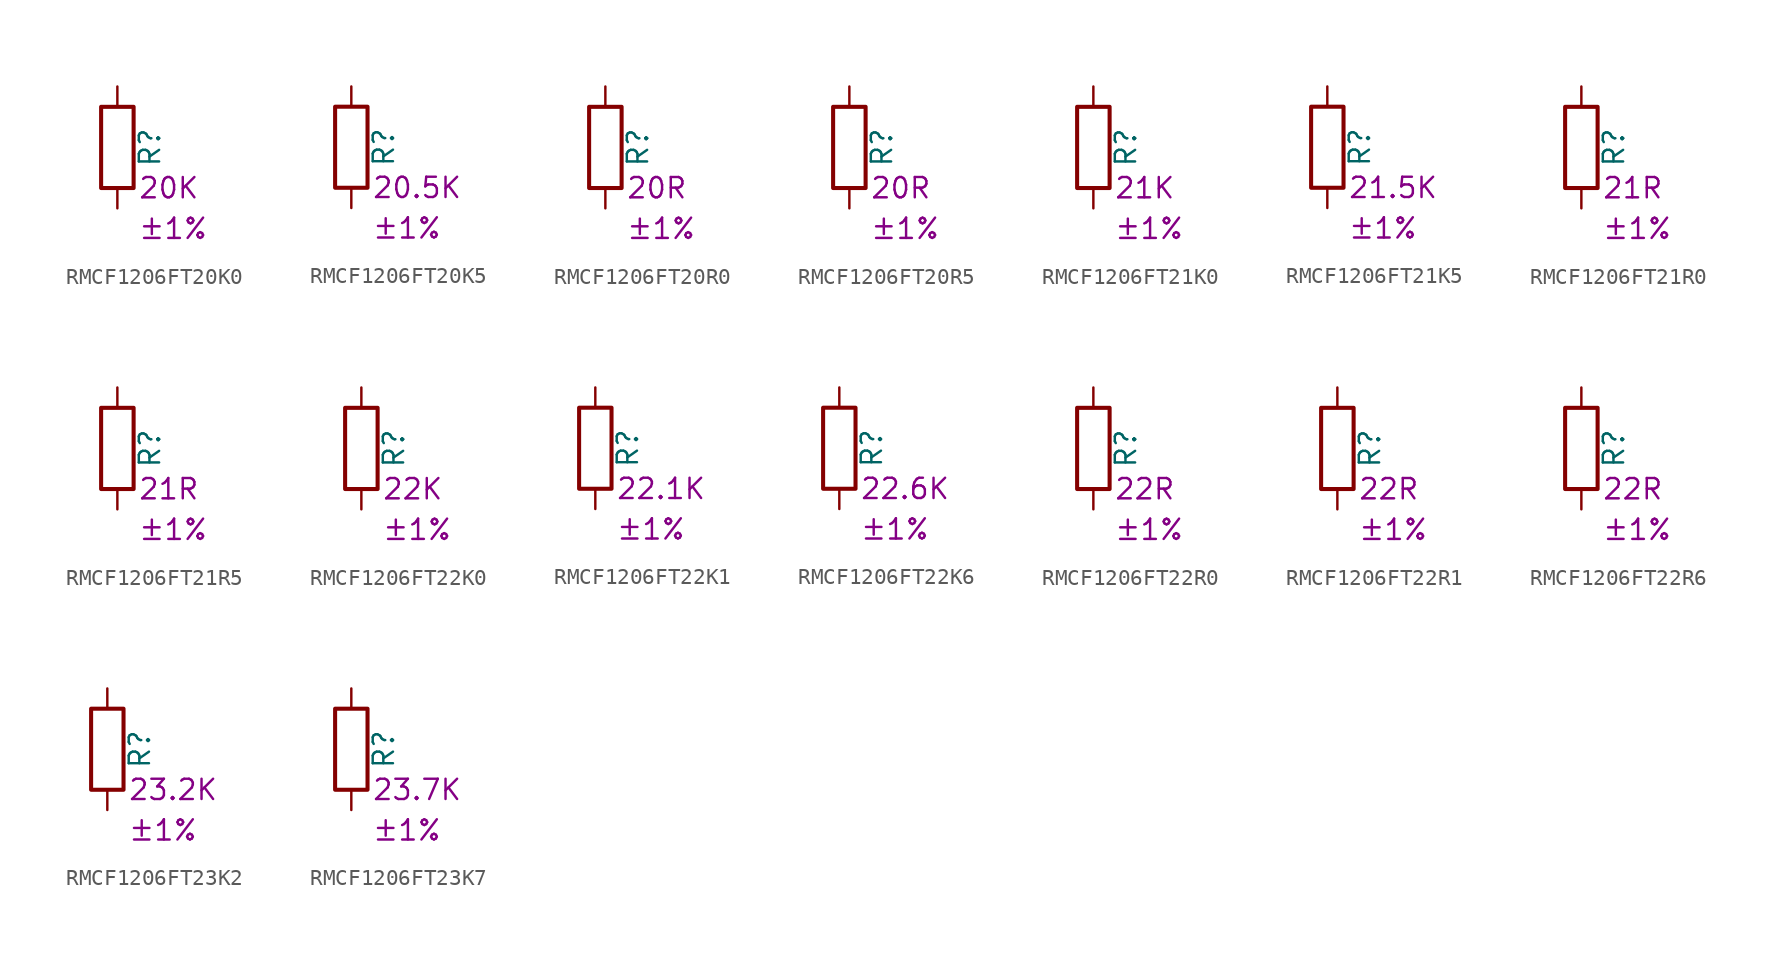
<source format=kicad_sym>
(kicad_symbol_lib
  (version 20220914)
  (generator kicad_symbol_editor)
  (symbol "RMCF1206FT20K0"
    (pin_numbers hide)
    (pin_names
      (offset 0))
    (property "Reference" "R"
      (at 2.032 0 90)
      (effects (font (size 1.27 1.27))))
    (property "Resistance" "20K"
      (at 1.27 -2.54 0)
      (effects (font (size 1.27 1.27)) (justify left)))
    (property "Tolerance" "±1%"
      (at 1.27 -5.08 0)
      (effects (font (size 1.27 1.27)) (justify left)))
    (symbol "RMCF1206FT20K0_0_1"
      (rectangle (start -1.016 -2.54) (end 1.016 2.54) (stroke (width 0.254) (type default)) (fill (type none))))
    (symbol "RMCF1206FT20K0_1_1"
      (pin passive line (at 0 3.81 270) (length 1.27) (name "~" (effects (font (size 1.27 1.27)))) (number "1" (effects (font (size 1.27 1.27)))))
      (pin passive line (at 0 -3.81 90) (length 1.27) (name "~" (effects (font (size 1.27 1.27)))) (number "2" (effects (font (size 1.27 1.27)))))))
  (symbol "RMCF1206FT20K5"
    (pin_numbers hide)
    (pin_names
      (offset 0))
    (property "Reference" "R"
      (at 2.032 0 90)
      (effects (font (size 1.27 1.27))))
    (property "Resistance" "20.5K"
      (at 1.27 -2.54 0)
      (effects (font (size 1.27 1.27)) (justify left)))
    (property "Tolerance" "±1%"
      (at 1.27 -5.08 0)
      (effects (font (size 1.27 1.27)) (justify left)))
    (symbol "RMCF1206FT20K5_0_1"
      (rectangle (start -1.016 -2.54) (end 1.016 2.54) (stroke (width 0.254) (type default)) (fill (type none))))
    (symbol "RMCF1206FT20K5_1_1"
      (pin passive line (at 0 3.81 270) (length 1.27) (name "~" (effects (font (size 1.27 1.27)))) (number "1" (effects (font (size 1.27 1.27)))))
      (pin passive line (at 0 -3.81 90) (length 1.27) (name "~" (effects (font (size 1.27 1.27)))) (number "2" (effects (font (size 1.27 1.27)))))))
  (symbol "RMCF1206FT20R0"
    (pin_numbers hide)
    (pin_names
      (offset 0))
    (property "Reference" "R"
      (at 2.032 0 90)
      (effects (font (size 1.27 1.27))))
    (property "Resistance" "20R"
      (at 1.27 -2.54 0)
      (effects (font (size 1.27 1.27)) (justify left)))
    (property "Tolerance" "±1%"
      (at 1.27 -5.08 0)
      (effects (font (size 1.27 1.27)) (justify left)))
    (symbol "RMCF1206FT20R0_0_1"
      (rectangle (start -1.016 -2.54) (end 1.016 2.54) (stroke (width 0.254) (type default)) (fill (type none))))
    (symbol "RMCF1206FT20R0_1_1"
      (pin passive line (at 0 3.81 270) (length 1.27) (name "~" (effects (font (size 1.27 1.27)))) (number "1" (effects (font (size 1.27 1.27)))))
      (pin passive line (at 0 -3.81 90) (length 1.27) (name "~" (effects (font (size 1.27 1.27)))) (number "2" (effects (font (size 1.27 1.27)))))))
  (symbol "RMCF1206FT20R5"
    (pin_numbers hide)
    (pin_names
      (offset 0))
    (property "Reference" "R"
      (at 2.032 0 90)
      (effects (font (size 1.27 1.27))))
    (property "Resistance" "20R"
      (at 1.27 -2.54 0)
      (effects (font (size 1.27 1.27)) (justify left)))
    (property "Tolerance" "±1%"
      (at 1.27 -5.08 0)
      (effects (font (size 1.27 1.27)) (justify left)))
    (symbol "RMCF1206FT20R5_0_1"
      (rectangle (start -1.016 -2.54) (end 1.016 2.54) (stroke (width 0.254) (type default)) (fill (type none))))
    (symbol "RMCF1206FT20R5_1_1"
      (pin passive line (at 0 3.81 270) (length 1.27) (name "~" (effects (font (size 1.27 1.27)))) (number "1" (effects (font (size 1.27 1.27)))))
      (pin passive line (at 0 -3.81 90) (length 1.27) (name "~" (effects (font (size 1.27 1.27)))) (number "2" (effects (font (size 1.27 1.27)))))))
  (symbol "RMCF1206FT21K0"
    (pin_numbers hide)
    (pin_names
      (offset 0))
    (property "Reference" "R"
      (at 2.032 0 90)
      (effects (font (size 1.27 1.27))))
    (property "Resistance" "21K"
      (at 1.27 -2.54 0)
      (effects (font (size 1.27 1.27)) (justify left)))
    (property "Tolerance" "±1%"
      (at 1.27 -5.08 0)
      (effects (font (size 1.27 1.27)) (justify left)))
    (symbol "RMCF1206FT21K0_0_1"
      (rectangle (start -1.016 -2.54) (end 1.016 2.54) (stroke (width 0.254) (type default)) (fill (type none))))
    (symbol "RMCF1206FT21K0_1_1"
      (pin passive line (at 0 3.81 270) (length 1.27) (name "~" (effects (font (size 1.27 1.27)))) (number "1" (effects (font (size 1.27 1.27)))))
      (pin passive line (at 0 -3.81 90) (length 1.27) (name "~" (effects (font (size 1.27 1.27)))) (number "2" (effects (font (size 1.27 1.27)))))))
  (symbol "RMCF1206FT21K5"
    (pin_numbers hide)
    (pin_names
      (offset 0))
    (property "Reference" "R"
      (at 2.032 0 90)
      (effects (font (size 1.27 1.27))))
    (property "Resistance" "21.5K"
      (at 1.27 -2.54 0)
      (effects (font (size 1.27 1.27)) (justify left)))
    (property "Tolerance" "±1%"
      (at 1.27 -5.08 0)
      (effects (font (size 1.27 1.27)) (justify left)))
    (symbol "RMCF1206FT21K5_0_1"
      (rectangle (start -1.016 -2.54) (end 1.016 2.54) (stroke (width 0.254) (type default)) (fill (type none))))
    (symbol "RMCF1206FT21K5_1_1"
      (pin passive line (at 0 3.81 270) (length 1.27) (name "~" (effects (font (size 1.27 1.27)))) (number "1" (effects (font (size 1.27 1.27)))))
      (pin passive line (at 0 -3.81 90) (length 1.27) (name "~" (effects (font (size 1.27 1.27)))) (number "2" (effects (font (size 1.27 1.27)))))))
  (symbol "RMCF1206FT21R0"
    (pin_numbers hide)
    (pin_names
      (offset 0))
    (property "Reference" "R"
      (at 2.032 0 90)
      (effects (font (size 1.27 1.27))))
    (property "Resistance" "21R"
      (at 1.27 -2.54 0)
      (effects (font (size 1.27 1.27)) (justify left)))
    (property "Tolerance" "±1%"
      (at 1.27 -5.08 0)
      (effects (font (size 1.27 1.27)) (justify left)))
    (symbol "RMCF1206FT21R0_0_1"
      (rectangle (start -1.016 -2.54) (end 1.016 2.54) (stroke (width 0.254) (type default)) (fill (type none))))
    (symbol "RMCF1206FT21R0_1_1"
      (pin passive line (at 0 3.81 270) (length 1.27) (name "~" (effects (font (size 1.27 1.27)))) (number "1" (effects (font (size 1.27 1.27)))))
      (pin passive line (at 0 -3.81 90) (length 1.27) (name "~" (effects (font (size 1.27 1.27)))) (number "2" (effects (font (size 1.27 1.27)))))))
  (symbol "RMCF1206FT21R5"
    (pin_numbers hide)
    (pin_names
      (offset 0))
    (property "Reference" "R"
      (at 2.032 0 90)
      (effects (font (size 1.27 1.27))))
    (property "Resistance" "21R"
      (at 1.27 -2.54 0)
      (effects (font (size 1.27 1.27)) (justify left)))
    (property "Tolerance" "±1%"
      (at 1.27 -5.08 0)
      (effects (font (size 1.27 1.27)) (justify left)))
    (symbol "RMCF1206FT21R5_0_1"
      (rectangle (start -1.016 -2.54) (end 1.016 2.54) (stroke (width 0.254) (type default)) (fill (type none))))
    (symbol "RMCF1206FT21R5_1_1"
      (pin passive line (at 0 3.81 270) (length 1.27) (name "~" (effects (font (size 1.27 1.27)))) (number "1" (effects (font (size 1.27 1.27)))))
      (pin passive line (at 0 -3.81 90) (length 1.27) (name "~" (effects (font (size 1.27 1.27)))) (number "2" (effects (font (size 1.27 1.27)))))))
  (symbol "RMCF1206FT22K0"
    (pin_numbers hide)
    (pin_names
      (offset 0))
    (property "Reference" "R"
      (at 2.032 0 90)
      (effects (font (size 1.27 1.27))))
    (property "Resistance" "22K"
      (at 1.27 -2.54 0)
      (effects (font (size 1.27 1.27)) (justify left)))
    (property "Tolerance" "±1%"
      (at 1.27 -5.08 0)
      (effects (font (size 1.27 1.27)) (justify left)))
    (symbol "RMCF1206FT22K0_0_1"
      (rectangle (start -1.016 -2.54) (end 1.016 2.54) (stroke (width 0.254) (type default)) (fill (type none))))
    (symbol "RMCF1206FT22K0_1_1"
      (pin passive line (at 0 3.81 270) (length 1.27) (name "~" (effects (font (size 1.27 1.27)))) (number "1" (effects (font (size 1.27 1.27)))))
      (pin passive line (at 0 -3.81 90) (length 1.27) (name "~" (effects (font (size 1.27 1.27)))) (number "2" (effects (font (size 1.27 1.27)))))))
  (symbol "RMCF1206FT22K1"
    (pin_numbers hide)
    (pin_names
      (offset 0))
    (property "Reference" "R"
      (at 2.032 0 90)
      (effects (font (size 1.27 1.27))))
    (property "Resistance" "22.1K"
      (at 1.27 -2.54 0)
      (effects (font (size 1.27 1.27)) (justify left)))
    (property "Tolerance" "±1%"
      (at 1.27 -5.08 0)
      (effects (font (size 1.27 1.27)) (justify left)))
    (symbol "RMCF1206FT22K1_0_1"
      (rectangle (start -1.016 -2.54) (end 1.016 2.54) (stroke (width 0.254) (type default)) (fill (type none))))
    (symbol "RMCF1206FT22K1_1_1"
      (pin passive line (at 0 3.81 270) (length 1.27) (name "~" (effects (font (size 1.27 1.27)))) (number "1" (effects (font (size 1.27 1.27)))))
      (pin passive line (at 0 -3.81 90) (length 1.27) (name "~" (effects (font (size 1.27 1.27)))) (number "2" (effects (font (size 1.27 1.27)))))))
  (symbol "RMCF1206FT22K6"
    (pin_numbers hide)
    (pin_names
      (offset 0))
    (property "Reference" "R"
      (at 2.032 0 90)
      (effects (font (size 1.27 1.27))))
    (property "Resistance" "22.6K"
      (at 1.27 -2.54 0)
      (effects (font (size 1.27 1.27)) (justify left)))
    (property "Tolerance" "±1%"
      (at 1.27 -5.08 0)
      (effects (font (size 1.27 1.27)) (justify left)))
    (symbol "RMCF1206FT22K6_0_1"
      (rectangle (start -1.016 -2.54) (end 1.016 2.54) (stroke (width 0.254) (type default)) (fill (type none))))
    (symbol "RMCF1206FT22K6_1_1"
      (pin passive line (at 0 3.81 270) (length 1.27) (name "~" (effects (font (size 1.27 1.27)))) (number "1" (effects (font (size 1.27 1.27)))))
      (pin passive line (at 0 -3.81 90) (length 1.27) (name "~" (effects (font (size 1.27 1.27)))) (number "2" (effects (font (size 1.27 1.27)))))))
  (symbol "RMCF1206FT22R0"
    (pin_numbers hide)
    (pin_names
      (offset 0))
    (property "Reference" "R"
      (at 2.032 0 90)
      (effects (font (size 1.27 1.27))))
    (property "Resistance" "22R"
      (at 1.27 -2.54 0)
      (effects (font (size 1.27 1.27)) (justify left)))
    (property "Tolerance" "±1%"
      (at 1.27 -5.08 0)
      (effects (font (size 1.27 1.27)) (justify left)))
    (symbol "RMCF1206FT22R0_0_1"
      (rectangle (start -1.016 -2.54) (end 1.016 2.54) (stroke (width 0.254) (type default)) (fill (type none))))
    (symbol "RMCF1206FT22R0_1_1"
      (pin passive line (at 0 3.81 270) (length 1.27) (name "~" (effects (font (size 1.27 1.27)))) (number "1" (effects (font (size 1.27 1.27)))))
      (pin passive line (at 0 -3.81 90) (length 1.27) (name "~" (effects (font (size 1.27 1.27)))) (number "2" (effects (font (size 1.27 1.27)))))))
  (symbol "RMCF1206FT22R1"
    (pin_numbers hide)
    (pin_names
      (offset 0))
    (property "Reference" "R"
      (at 2.032 0 90)
      (effects (font (size 1.27 1.27))))
    (property "Resistance" "22R"
      (at 1.27 -2.54 0)
      (effects (font (size 1.27 1.27)) (justify left)))
    (property "Tolerance" "±1%"
      (at 1.27 -5.08 0)
      (effects (font (size 1.27 1.27)) (justify left)))
    (symbol "RMCF1206FT22R1_0_1"
      (rectangle (start -1.016 -2.54) (end 1.016 2.54) (stroke (width 0.254) (type default)) (fill (type none))))
    (symbol "RMCF1206FT22R1_1_1"
      (pin passive line (at 0 3.81 270) (length 1.27) (name "~" (effects (font (size 1.27 1.27)))) (number "1" (effects (font (size 1.27 1.27)))))
      (pin passive line (at 0 -3.81 90) (length 1.27) (name "~" (effects (font (size 1.27 1.27)))) (number "2" (effects (font (size 1.27 1.27)))))))
  (symbol "RMCF1206FT22R6"
    (pin_numbers hide)
    (pin_names
      (offset 0))
    (property "Reference" "R"
      (at 2.032 0 90)
      (effects (font (size 1.27 1.27))))
    (property "Resistance" "22R"
      (at 1.27 -2.54 0)
      (effects (font (size 1.27 1.27)) (justify left)))
    (property "Tolerance" "±1%"
      (at 1.27 -5.08 0)
      (effects (font (size 1.27 1.27)) (justify left)))
    (symbol "RMCF1206FT22R6_0_1"
      (rectangle (start -1.016 -2.54) (end 1.016 2.54) (stroke (width 0.254) (type default)) (fill (type none))))
    (symbol "RMCF1206FT22R6_1_1"
      (pin passive line (at 0 3.81 270) (length 1.27) (name "~" (effects (font (size 1.27 1.27)))) (number "1" (effects (font (size 1.27 1.27)))))
      (pin passive line (at 0 -3.81 90) (length 1.27) (name "~" (effects (font (size 1.27 1.27)))) (number "2" (effects (font (size 1.27 1.27)))))))
  (symbol "RMCF1206FT23K2"
    (pin_numbers hide)
    (pin_names
      (offset 0))
    (property "Reference" "R"
      (at 2.032 0 90)
      (effects (font (size 1.27 1.27))))
    (property "Resistance" "23.2K"
      (at 1.27 -2.54 0)
      (effects (font (size 1.27 1.27)) (justify left)))
    (property "Tolerance" "±1%"
      (at 1.27 -5.08 0)
      (effects (font (size 1.27 1.27)) (justify left)))
    (symbol "RMCF1206FT23K2_0_1"
      (rectangle (start -1.016 -2.54) (end 1.016 2.54) (stroke (width 0.254) (type default)) (fill (type none))))
    (symbol "RMCF1206FT23K2_1_1"
      (pin passive line (at 0 3.81 270) (length 1.27) (name "~" (effects (font (size 1.27 1.27)))) (number "1" (effects (font (size 1.27 1.27)))))
      (pin passive line (at 0 -3.81 90) (length 1.27) (name "~" (effects (font (size 1.27 1.27)))) (number "2" (effects (font (size 1.27 1.27)))))))
  (symbol "RMCF1206FT23K7"
    (pin_numbers hide)
    (pin_names
      (offset 0))
    (property "Reference" "R"
      (at 2.032 0 90)
      (effects (font (size 1.27 1.27))))
    (property "Resistance" "23.7K"
      (at 1.27 -2.54 0)
      (effects (font (size 1.27 1.27)) (justify left)))
    (property "Tolerance" "±1%"
      (at 1.27 -5.08 0)
      (effects (font (size 1.27 1.27)) (justify left)))
    (symbol "RMCF1206FT23K7_0_1"
      (rectangle (start -1.016 -2.54) (end 1.016 2.54) (stroke (width 0.254) (type default)) (fill (type none))))
    (symbol "RMCF1206FT23K7_1_1"
      (pin passive line (at 0 3.81 270) (length 1.27) (name "~" (effects (font (size 1.27 1.27)))) (number "1" (effects (font (size 1.27 1.27)))))
      (pin passive line (at 0 -3.81 90) (length 1.27) (name "~" (effects (font (size 1.27 1.27)))) (number "2" (effects (font (size 1.27 1.27))))))))
</source>
